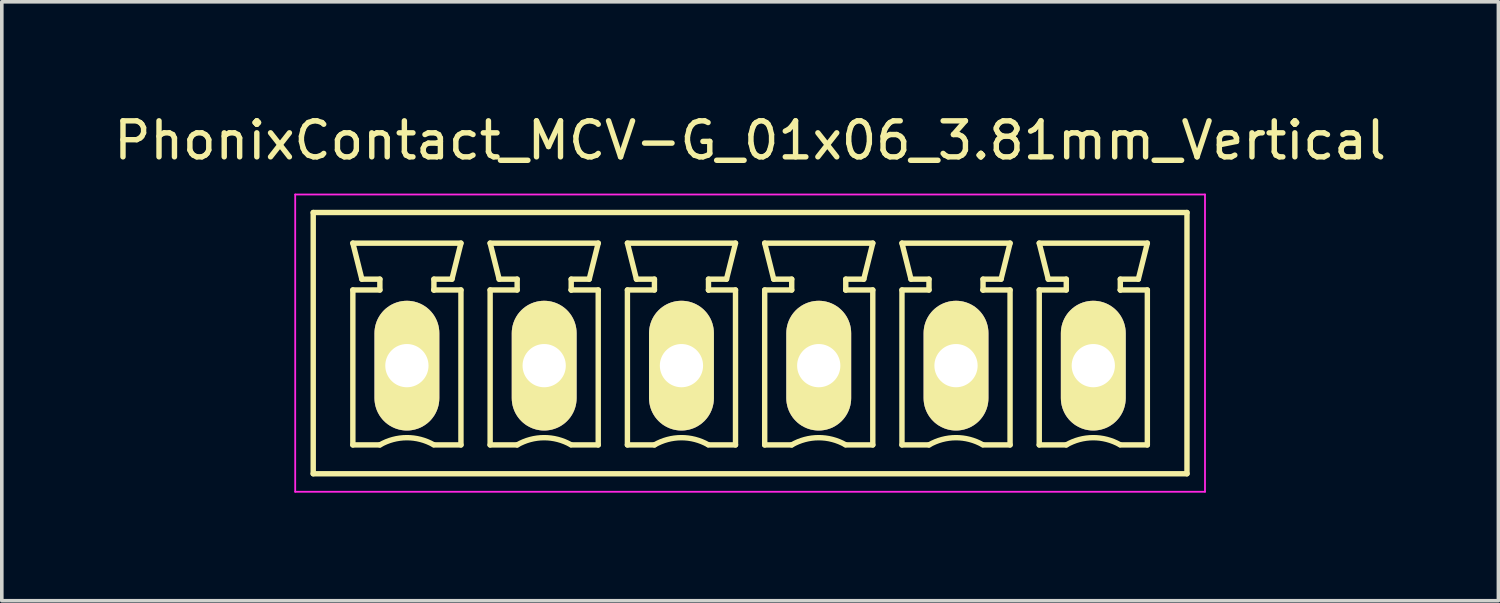
<source format=kicad_pcb>
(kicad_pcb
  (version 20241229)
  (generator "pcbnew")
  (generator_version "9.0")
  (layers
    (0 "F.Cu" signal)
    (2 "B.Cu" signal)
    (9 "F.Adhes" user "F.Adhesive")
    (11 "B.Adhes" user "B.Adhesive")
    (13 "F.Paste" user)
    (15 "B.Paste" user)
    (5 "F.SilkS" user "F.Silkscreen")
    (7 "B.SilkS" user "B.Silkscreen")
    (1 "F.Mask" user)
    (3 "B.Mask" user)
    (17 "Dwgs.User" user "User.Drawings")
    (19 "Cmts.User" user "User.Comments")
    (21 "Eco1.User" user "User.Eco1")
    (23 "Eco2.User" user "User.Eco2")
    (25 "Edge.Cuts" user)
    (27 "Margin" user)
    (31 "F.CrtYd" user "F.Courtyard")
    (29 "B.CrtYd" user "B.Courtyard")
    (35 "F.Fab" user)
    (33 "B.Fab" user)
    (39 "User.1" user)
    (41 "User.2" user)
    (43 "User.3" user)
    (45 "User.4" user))
  (footprint "PhonixContact_MCV-G_01x06_3.81mm_Vertical"
    (layer "F.Cu")
    (at 8.243 7.098)
    (property "Reference" "PhonixContact_MCV-G_01x06_3.81mm_Vertical" (at 9.525 -6.25 0) (layer "F.SilkS") (effects (font (size 1 1) (thickness 0.15))))
    (attr through_hole)
    (fp_line (start -2.6 -4.25) (end -2.6 3) (stroke (width 0.15) (type solid)) (layer "F.SilkS"))
    (fp_line (start -2.6 3) (end 21.65 3) (stroke (width 0.15) (type solid)) (layer "F.SilkS"))
    (fp_line (start -1.5 -3.4) (end 1.5 -3.4) (stroke (width 0.15) (type solid)) (layer "F.SilkS"))
    (fp_line (start -1.5 -2.1) (end -0.75 -2.1) (stroke (width 0.15) (type solid)) (layer "F.SilkS"))
    (fp_line (start -1.5 2.2) (end -1.5 -2.1) (stroke (width 0.15) (type solid)) (layer "F.SilkS"))
    (fp_line (start -1.25 -2.4) (end -1.5 -3.4) (stroke (width 0.15) (type solid)) (layer "F.SilkS"))
    (fp_line (start -0.75 -2.4) (end -1.25 -2.4) (stroke (width 0.15) (type solid)) (layer "F.SilkS"))
    (fp_line (start -0.75 -2.1) (end -0.75 -2.4) (stroke (width 0.15) (type solid)) (layer "F.SilkS"))
    (fp_line (start -0.75 2.2) (end -1.5 2.2) (stroke (width 0.15) (type solid)) (layer "F.SilkS"))
    (fp_line (start 0.75 -2.4) (end 0.75 -2.1) (stroke (width 0.15) (type solid)) (layer "F.SilkS"))
    (fp_line (start 0.75 -2.1) (end 0.75 -2.1) (stroke (width 0.15) (type solid)) (layer "F.SilkS"))
    (fp_line (start 0.75 -2.1) (end 1.5 -2.1) (stroke (width 0.15) (type solid)) (layer "F.SilkS"))
    (fp_line (start 1.25 -2.4) (end 0.75 -2.4) (stroke (width 0.15) (type solid)) (layer "F.SilkS"))
    (fp_line (start 1.5 -3.4) (end 1.25 -2.4) (stroke (width 0.15) (type solid)) (layer "F.SilkS"))
    (fp_line (start 1.5 -2.1) (end 1.5 2.2) (stroke (width 0.15) (type solid)) (layer "F.SilkS"))
    (fp_line (start 1.5 2.2) (end 0.75 2.2) (stroke (width 0.15) (type solid)) (layer "F.SilkS"))
    (fp_line (start 2.31 -3.4) (end 5.31 -3.4) (stroke (width 0.15) (type solid)) (layer "F.SilkS"))
    (fp_line (start 2.31 -2.1) (end 3.06 -2.1) (stroke (width 0.15) (type solid)) (layer "F.SilkS"))
    (fp_line (start 2.31 2.2) (end 2.31 -2.1) (stroke (width 0.15) (type solid)) (layer "F.SilkS"))
    (fp_line (start 2.56 -2.4) (end 2.31 -3.4) (stroke (width 0.15) (type solid)) (layer "F.SilkS"))
    (fp_line (start 3.06 -2.4) (end 2.56 -2.4) (stroke (width 0.15) (type solid)) (layer "F.SilkS"))
    (fp_line (start 3.06 -2.1) (end 3.06 -2.4) (stroke (width 0.15) (type solid)) (layer "F.SilkS"))
    (fp_line (start 3.06 2.2) (end 2.31 2.2) (stroke (width 0.15) (type solid)) (layer "F.SilkS"))
    (fp_line (start 4.56 -2.4) (end 4.56 -2.1) (stroke (width 0.15) (type solid)) (layer "F.SilkS"))
    (fp_line (start 4.56 -2.1) (end 4.56 -2.1) (stroke (width 0.15) (type solid)) (layer "F.SilkS"))
    (fp_line (start 4.56 -2.1) (end 5.31 -2.1) (stroke (width 0.15) (type solid)) (layer "F.SilkS"))
    (fp_line (start 5.06 -2.4) (end 4.56 -2.4) (stroke (width 0.15) (type solid)) (layer "F.SilkS"))
    (fp_line (start 5.31 -3.4) (end 5.06 -2.4) (stroke (width 0.15) (type solid)) (layer "F.SilkS"))
    (fp_line (start 5.31 -2.1) (end 5.31 2.2) (stroke (width 0.15) (type solid)) (layer "F.SilkS"))
    (fp_line (start 5.31 2.2) (end 4.56 2.2) (stroke (width 0.15) (type solid)) (layer "F.SilkS"))
    (fp_line (start 6.12 -3.4) (end 9.12 -3.4) (stroke (width 0.15) (type solid)) (layer "F.SilkS"))
    (fp_line (start 6.12 -2.1) (end 6.87 -2.1) (stroke (width 0.15) (type solid)) (layer "F.SilkS"))
    (fp_line (start 6.12 2.2) (end 6.12 -2.1) (stroke (width 0.15) (type solid)) (layer "F.SilkS"))
    (fp_line (start 6.37 -2.4) (end 6.12 -3.4) (stroke (width 0.15) (type solid)) (layer "F.SilkS"))
    (fp_line (start 6.87 -2.4) (end 6.37 -2.4) (stroke (width 0.15) (type solid)) (layer "F.SilkS"))
    (fp_line (start 6.87 -2.1) (end 6.87 -2.4) (stroke (width 0.15) (type solid)) (layer "F.SilkS"))
    (fp_line (start 6.87 2.2) (end 6.12 2.2) (stroke (width 0.15) (type solid)) (layer "F.SilkS"))
    (fp_line (start 8.37 -2.4) (end 8.37 -2.1) (stroke (width 0.15) (type solid)) (layer "F.SilkS"))
    (fp_line (start 8.37 -2.1) (end 8.37 -2.1) (stroke (width 0.15) (type solid)) (layer "F.SilkS"))
    (fp_line (start 8.37 -2.1) (end 9.12 -2.1) (stroke (width 0.15) (type solid)) (layer "F.SilkS"))
    (fp_line (start 8.87 -2.4) (end 8.37 -2.4) (stroke (width 0.15) (type solid)) (layer "F.SilkS"))
    (fp_line (start 9.12 -3.4) (end 8.87 -2.4) (stroke (width 0.15) (type solid)) (layer "F.SilkS"))
    (fp_line (start 9.12 -2.1) (end 9.12 2.2) (stroke (width 0.15) (type solid)) (layer "F.SilkS"))
    (fp_line (start 9.12 2.2) (end 8.37 2.2) (stroke (width 0.15) (type solid)) (layer "F.SilkS"))
    (fp_line (start 9.93 -3.4) (end 12.93 -3.4) (stroke (width 0.15) (type solid)) (layer "F.SilkS"))
    (fp_line (start 9.93 -2.1) (end 10.68 -2.1) (stroke (width 0.15) (type solid)) (layer "F.SilkS"))
    (fp_line (start 9.93 2.2) (end 9.93 -2.1) (stroke (width 0.15) (type solid)) (layer "F.SilkS"))
    (fp_line (start 10.18 -2.4) (end 9.93 -3.4) (stroke (width 0.15) (type solid)) (layer "F.SilkS"))
    (fp_line (start 10.68 -2.4) (end 10.18 -2.4) (stroke (width 0.15) (type solid)) (layer "F.SilkS"))
    (fp_line (start 10.68 -2.1) (end 10.68 -2.4) (stroke (width 0.15) (type solid)) (layer "F.SilkS"))
    (fp_line (start 10.68 2.2) (end 9.93 2.2) (stroke (width 0.15) (type solid)) (layer "F.SilkS"))
    (fp_line (start 12.18 -2.4) (end 12.18 -2.1) (stroke (width 0.15) (type solid)) (layer "F.SilkS"))
    (fp_line (start 12.18 -2.1) (end 12.18 -2.1) (stroke (width 0.15) (type solid)) (layer "F.SilkS"))
    (fp_line (start 12.18 -2.1) (end 12.93 -2.1) (stroke (width 0.15) (type solid)) (layer "F.SilkS"))
    (fp_line (start 12.68 -2.4) (end 12.18 -2.4) (stroke (width 0.15) (type solid)) (layer "F.SilkS"))
    (fp_line (start 12.93 -3.4) (end 12.68 -2.4) (stroke (width 0.15) (type solid)) (layer "F.SilkS"))
    (fp_line (start 12.93 -2.1) (end 12.93 2.2) (stroke (width 0.15) (type solid)) (layer "F.SilkS"))
    (fp_line (start 12.93 2.2) (end 12.18 2.2) (stroke (width 0.15) (type solid)) (layer "F.SilkS"))
    (fp_line (start 13.74 -3.4) (end 16.74 -3.4) (stroke (width 0.15) (type solid)) (layer "F.SilkS"))
    (fp_line (start 13.74 -2.1) (end 14.49 -2.1) (stroke (width 0.15) (type solid)) (layer "F.SilkS"))
    (fp_line (start 13.74 2.2) (end 13.74 -2.1) (stroke (width 0.15) (type solid)) (layer "F.SilkS"))
    (fp_line (start 13.99 -2.4) (end 13.74 -3.4) (stroke (width 0.15) (type solid)) (layer "F.SilkS"))
    (fp_line (start 14.49 -2.4) (end 13.99 -2.4) (stroke (width 0.15) (type solid)) (layer "F.SilkS"))
    (fp_line (start 14.49 -2.1) (end 14.49 -2.4) (stroke (width 0.15) (type solid)) (layer "F.SilkS"))
    (fp_line (start 14.49 2.2) (end 13.74 2.2) (stroke (width 0.15) (type solid)) (layer "F.SilkS"))
    (fp_line (start 15.99 -2.4) (end 15.99 -2.1) (stroke (width 0.15) (type solid)) (layer "F.SilkS"))
    (fp_line (start 15.99 -2.1) (end 15.99 -2.1) (stroke (width 0.15) (type solid)) (layer "F.SilkS"))
    (fp_line (start 15.99 -2.1) (end 16.74 -2.1) (stroke (width 0.15) (type solid)) (layer "F.SilkS"))
    (fp_line (start 16.49 -2.4) (end 15.99 -2.4) (stroke (width 0.15) (type solid)) (layer "F.SilkS"))
    (fp_line (start 16.74 -3.4) (end 16.49 -2.4) (stroke (width 0.15) (type solid)) (layer "F.SilkS"))
    (fp_line (start 16.74 -2.1) (end 16.74 2.2) (stroke (width 0.15) (type solid)) (layer "F.SilkS"))
    (fp_line (start 16.74 2.2) (end 15.99 2.2) (stroke (width 0.15) (type solid)) (layer "F.SilkS"))
    (fp_line (start 17.55 -3.4) (end 20.55 -3.4) (stroke (width 0.15) (type solid)) (layer "F.SilkS"))
    (fp_line (start 17.55 -2.1) (end 18.3 -2.1) (stroke (width 0.15) (type solid)) (layer "F.SilkS"))
    (fp_line (start 17.55 2.2) (end 17.55 -2.1) (stroke (width 0.15) (type solid)) (layer "F.SilkS"))
    (fp_line (start 17.8 -2.4) (end 17.55 -3.4) (stroke (width 0.15) (type solid)) (layer "F.SilkS"))
    (fp_line (start 18.3 -2.4) (end 17.8 -2.4) (stroke (width 0.15) (type solid)) (layer "F.SilkS"))
    (fp_line (start 18.3 -2.1) (end 18.3 -2.4) (stroke (width 0.15) (type solid)) (layer "F.SilkS"))
    (fp_line (start 18.3 2.2) (end 17.55 2.2) (stroke (width 0.15) (type solid)) (layer "F.SilkS"))
    (fp_line (start 19.8 -2.4) (end 19.8 -2.1) (stroke (width 0.15) (type solid)) (layer "F.SilkS"))
    (fp_line (start 19.8 -2.1) (end 19.8 -2.1) (stroke (width 0.15) (type solid)) (layer "F.SilkS"))
    (fp_line (start 19.8 -2.1) (end 20.55 -2.1) (stroke (width 0.15) (type solid)) (layer "F.SilkS"))
    (fp_line (start 20.3 -2.4) (end 19.8 -2.4) (stroke (width 0.15) (type solid)) (layer "F.SilkS"))
    (fp_line (start 20.55 -3.4) (end 20.3 -2.4) (stroke (width 0.15) (type solid)) (layer "F.SilkS"))
    (fp_line (start 20.55 -2.1) (end 20.55 2.2) (stroke (width 0.15) (type solid)) (layer "F.SilkS"))
    (fp_line (start 20.55 2.2) (end 19.8 2.2) (stroke (width 0.15) (type solid)) (layer "F.SilkS"))
    (fp_line (start 21.65 -4.25) (end -2.6 -4.25) (stroke (width 0.15) (type solid)) (layer "F.SilkS"))
    (fp_line (start 21.65 3) (end 21.65 -4.25) (stroke (width 0.15) (type solid)) (layer "F.SilkS"))
    (fp_arc (start -0.75 2.2) (mid -0.006068 1.999179) (end 0.739464 2.193978) (stroke (width 0.15) (type solid)) (layer "F.SilkS"))
    (fp_arc (start 3.06 2.2) (mid 3.803932 1.999179) (end 4.549464 2.193978) (stroke (width 0.15) (type solid)) (layer "F.SilkS"))
    (fp_arc (start 6.87 2.2) (mid 7.613932 1.999179) (end 8.359464 2.193978) (stroke (width 0.15) (type solid)) (layer "F.SilkS"))
    (fp_arc (start 10.68 2.2) (mid 11.423932 1.999179) (end 12.169464 2.193978) (stroke (width 0.15) (type solid)) (layer "F.SilkS"))
    (fp_arc (start 14.49 2.2) (mid 15.233932 1.999179) (end 15.979464 2.193978) (stroke (width 0.15) (type solid)) (layer "F.SilkS"))
    (fp_arc (start 18.3 2.2) (mid 19.043932 1.999179) (end 19.789464 2.193978) (stroke (width 0.15) (type solid)) (layer "F.SilkS"))
    (fp_line (start -3.1 -4.75) (end -3.1 3.5) (stroke (width 0.05) (type solid)) (layer "F.CrtYd"))
    (fp_line (start -3.1 3.5) (end 22.15 3.5) (stroke (width 0.05) (type solid)) (layer "F.CrtYd"))
    (fp_line (start 22.15 -4.75) (end -3.1 -4.75) (stroke (width 0.05) (type solid)) (layer "F.CrtYd"))
    (fp_line (start 22.15 3.5) (end 22.15 -4.75) (stroke (width 0.05) (type solid)) (layer "F.CrtYd"))
    (pad "1" thru_hole oval (at 0 0) (size 1.8 3.6) (drill 1.2) (layers "*.Cu" "*.Mask" "F.SilkS"))
    (pad "2" thru_hole oval (at 3.81 0) (size 1.8 3.6) (drill 1.2) (layers "*.Cu" "*.Mask" "F.SilkS"))
    (pad "3" thru_hole oval (at 7.62 0) (size 1.8 3.6) (drill 1.2) (layers "*.Cu" "*.Mask" "F.SilkS"))
    (pad "4" thru_hole oval (at 11.43 0) (size 1.8 3.6) (drill 1.2) (layers "*.Cu" "*.Mask" "F.SilkS"))
    (pad "5" thru_hole oval (at 15.24 0) (size 1.8 3.6) (drill 1.2) (layers "*.Cu" "*.Mask" "F.SilkS"))
    (pad "6" thru_hole oval (at 19.05 0) (size 1.8 3.6) (drill 1.2) (layers "*.Cu" "*.Mask" "F.SilkS")))
  (gr_rect
    (start -3 -3)
    (end 38.536 13.623)
    (stroke (width 0.1) (type default))
    (fill no)
    (layer "Edge.Cuts")))
</source>
